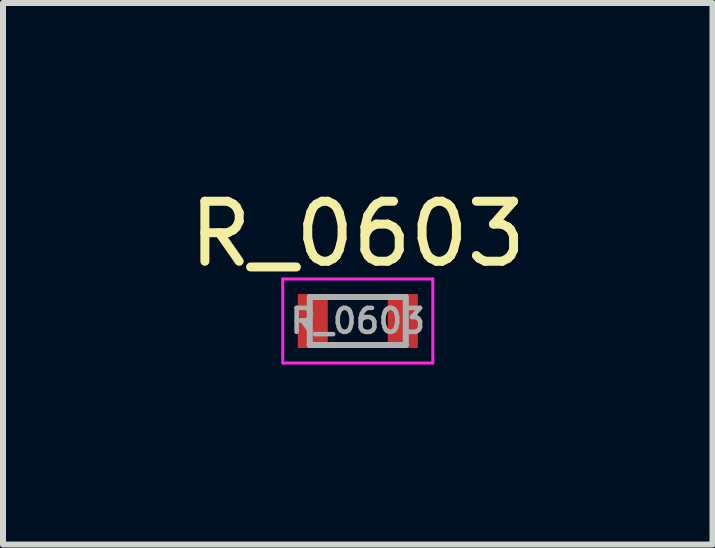
<source format=kicad_pcb>
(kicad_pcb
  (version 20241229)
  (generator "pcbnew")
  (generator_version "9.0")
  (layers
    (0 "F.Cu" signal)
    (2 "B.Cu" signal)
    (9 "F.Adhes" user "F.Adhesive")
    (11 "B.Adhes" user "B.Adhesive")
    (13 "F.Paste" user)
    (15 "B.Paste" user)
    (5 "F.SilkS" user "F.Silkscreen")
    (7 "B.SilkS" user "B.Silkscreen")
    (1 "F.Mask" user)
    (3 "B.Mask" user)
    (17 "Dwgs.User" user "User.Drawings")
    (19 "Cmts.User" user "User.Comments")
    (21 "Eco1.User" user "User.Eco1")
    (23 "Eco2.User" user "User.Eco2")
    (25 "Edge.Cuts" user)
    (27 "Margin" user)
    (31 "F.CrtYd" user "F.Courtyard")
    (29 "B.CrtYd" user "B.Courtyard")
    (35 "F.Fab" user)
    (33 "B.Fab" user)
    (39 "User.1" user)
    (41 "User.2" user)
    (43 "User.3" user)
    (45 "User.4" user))
  (footprint "R_0603"
    (layer "F.Cu")
    (at 2.911 2.298)
    (property "Reference" "R_0603" (at 0 -1.45 180) (layer "F.SilkS") (effects (font (size 1 1) (thickness 0.15))))
    (attr smd)
    (fp_line (start -1.25 -0.7) (end -1.25 0.7) (stroke (width 0.05) (type solid)) (layer "F.CrtYd"))
    (fp_line (start -1.25 -0.7) (end 1.25 -0.7) (stroke (width 0.05) (type solid)) (layer "F.CrtYd"))
    (fp_line (start 1.25 0.7) (end -1.25 0.7) (stroke (width 0.05) (type solid)) (layer "F.CrtYd"))
    (fp_line (start 1.25 0.7) (end 1.25 -0.7) (stroke (width 0.05) (type solid)) (layer "F.CrtYd"))
    (fp_line (start -0.8 -0.4) (end 0.8 -0.4) (stroke (width 0.1) (type solid)) (layer "F.Fab"))
    (fp_line (start -0.8 0.4) (end -0.8 -0.4) (stroke (width 0.1) (type solid)) (layer "F.Fab"))
    (fp_line (start 0.8 -0.4) (end 0.8 0.4) (stroke (width 0.1) (type solid)) (layer "F.Fab"))
    (fp_line (start 0.8 0.4) (end -0.8 0.4) (stroke (width 0.1) (type solid)) (layer "F.Fab"))
    (fp_text user "${REFERENCE}" (at 0 0 180) (layer "F.Fab") (effects (font (size 0.4 0.4) (thickness 0.075))))
    (pad "1" smd rect (at -0.75 0) (size 0.5 0.9) (layers "F.Cu" "F.Mask" "F.Paste"))
    (pad "2" smd rect (at 0.75 0) (size 0.5 0.9) (layers "F.Cu" "F.Mask" "F.Paste")))
  (gr_rect
    (start -3 -3)
    (end 8.821 6.023)
    (stroke (width 0.1) (type default))
    (fill no)
    (layer "Edge.Cuts")))
</source>
